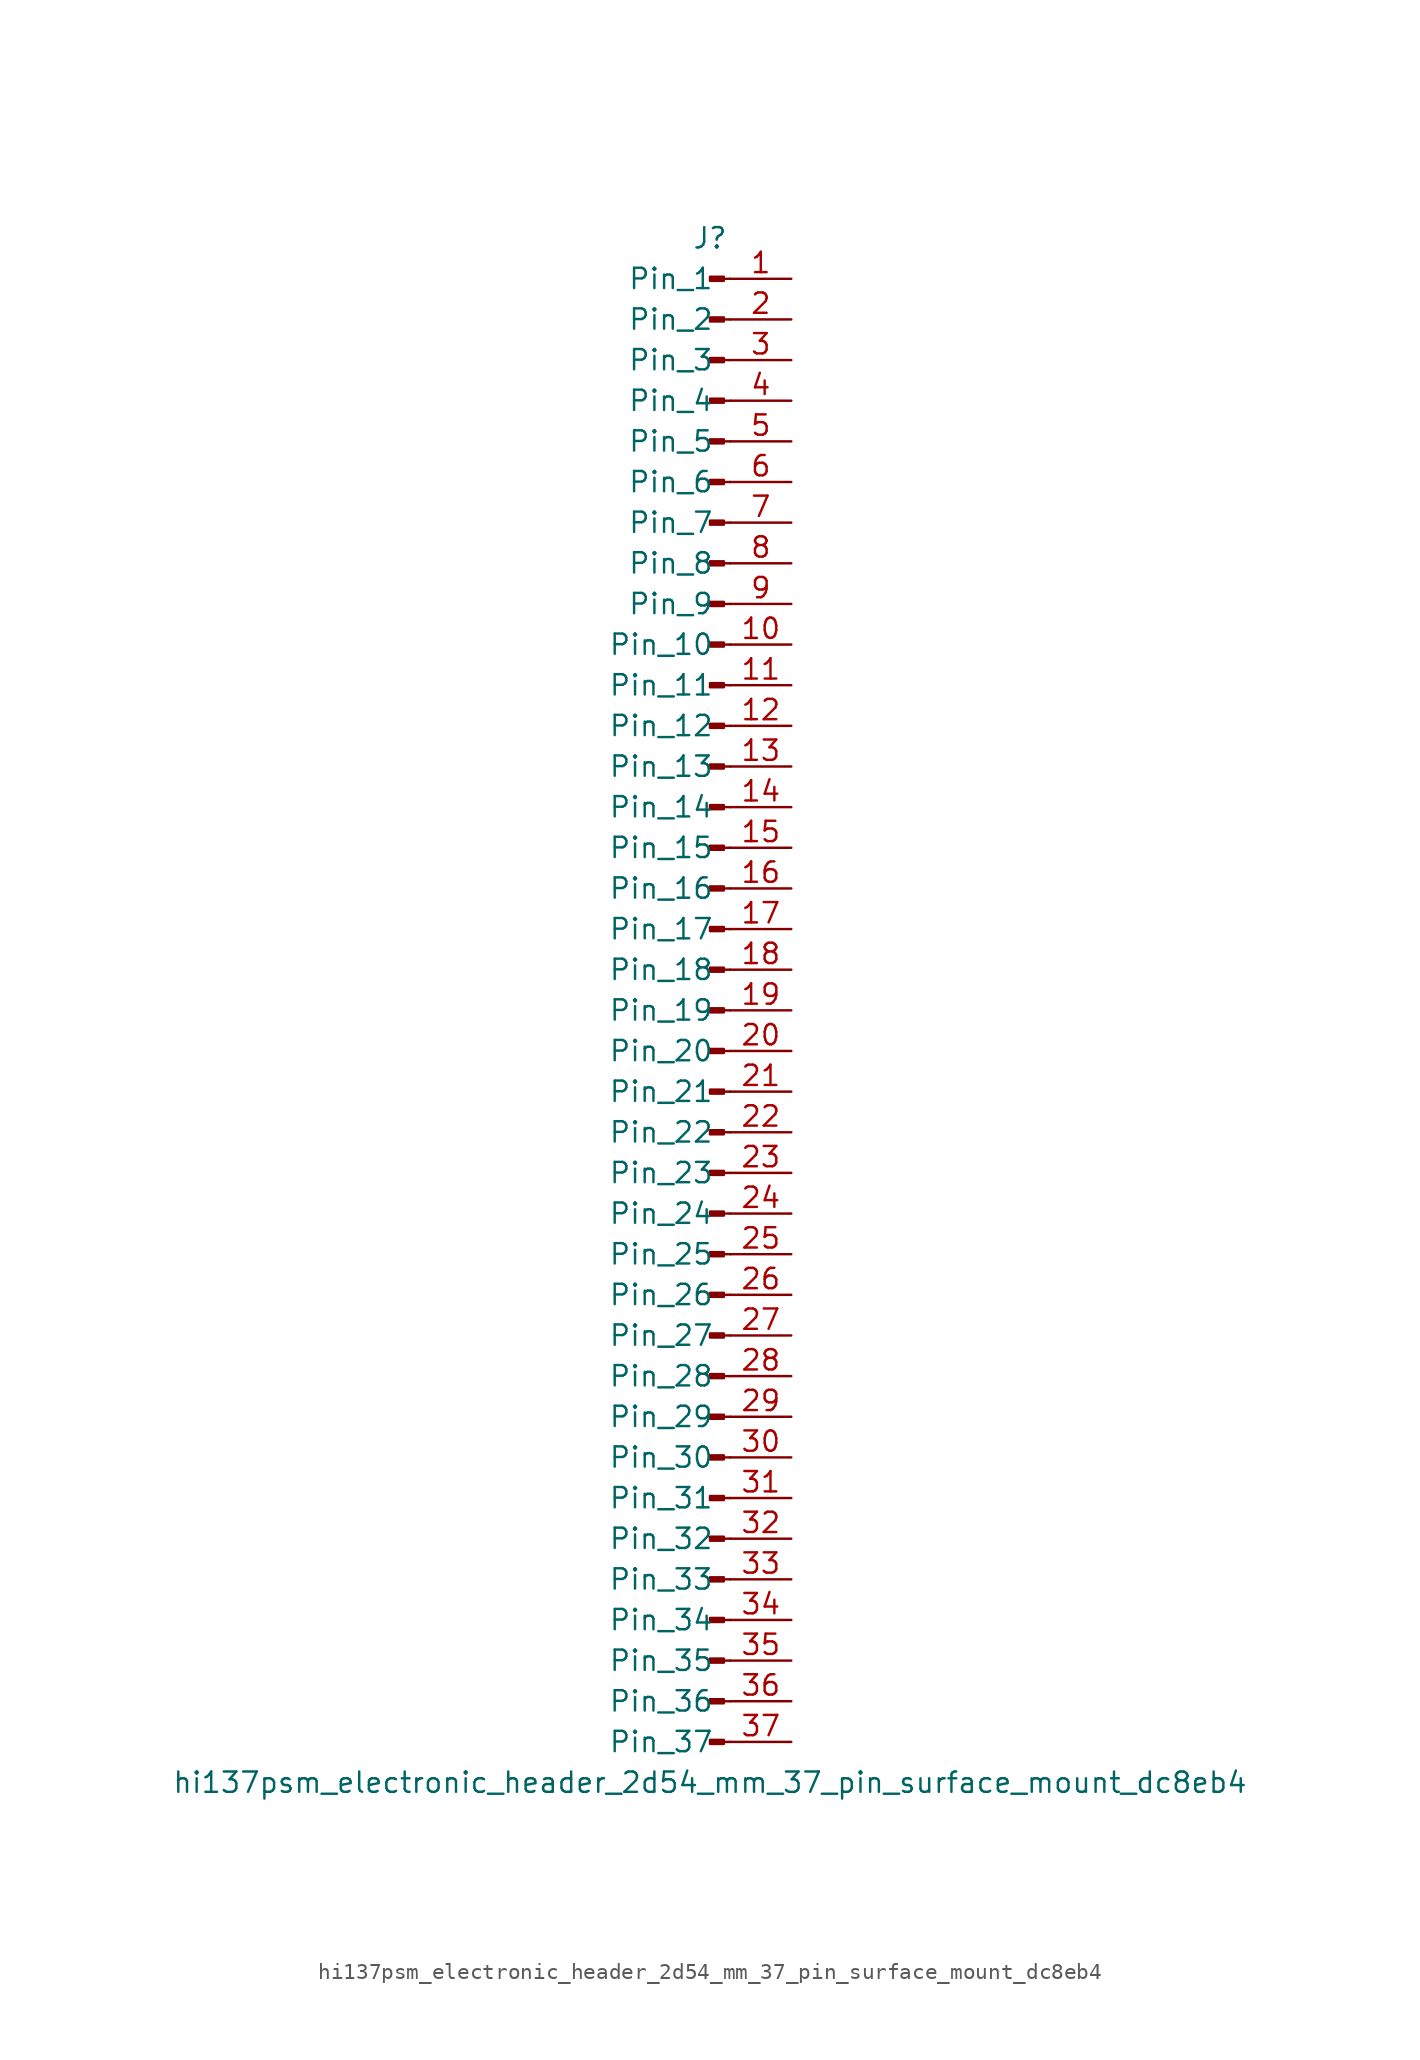
<source format=kicad_sym>
(kicad_symbol_lib
  (version 20220914)
  (generator kicad_symbol_editor)
  (symbol "hi137psm_electronic_header_2d54_mm_37_pin_surface_mount_dc8eb4"
    (pin_names
      (offset 1.016))
    (property "Reference" "J"
      (at 0 48.26 0)
      (effects (font (size 1.27 1.27))))
    (property "Value" "hi137psm_electronic_header_2d54_mm_37_pin_surface_mount_dc8eb4"
      (at 0 -48.26 0)
      (effects (font (size 1.27 1.27))))
    (property "ki_locked" ""
      (at 0 0 0)
      (effects (font (size 1.27 1.27))))
    (symbol "hi137psm_electronic_header_2d54_mm_37_pin_surface_mount_dc8eb4_1_1"
      (polyline (pts (xy 1.27 -45.72) (xy 0.864 -45.72)) (stroke (width 0.152) (type default)) (fill (type none)))
      (polyline (pts (xy 1.27 -43.18) (xy 0.864 -43.18)) (stroke (width 0.152) (type default)) (fill (type none)))
      (polyline (pts (xy 1.27 -40.64) (xy 0.864 -40.64)) (stroke (width 0.152) (type default)) (fill (type none)))
      (polyline (pts (xy 1.27 -38.1) (xy 0.864 -38.1)) (stroke (width 0.152) (type default)) (fill (type none)))
      (polyline (pts (xy 1.27 -35.56) (xy 0.864 -35.56)) (stroke (width 0.152) (type default)) (fill (type none)))
      (polyline (pts (xy 1.27 -33.02) (xy 0.864 -33.02)) (stroke (width 0.152) (type default)) (fill (type none)))
      (polyline (pts (xy 1.27 -30.48) (xy 0.864 -30.48)) (stroke (width 0.152) (type default)) (fill (type none)))
      (polyline (pts (xy 1.27 -27.94) (xy 0.864 -27.94)) (stroke (width 0.152) (type default)) (fill (type none)))
      (polyline (pts (xy 1.27 -25.4) (xy 0.864 -25.4)) (stroke (width 0.152) (type default)) (fill (type none)))
      (polyline (pts (xy 1.27 -22.86) (xy 0.864 -22.86)) (stroke (width 0.152) (type default)) (fill (type none)))
      (polyline (pts (xy 1.27 -20.32) (xy 0.864 -20.32)) (stroke (width 0.152) (type default)) (fill (type none)))
      (polyline (pts (xy 1.27 -17.78) (xy 0.864 -17.78)) (stroke (width 0.152) (type default)) (fill (type none)))
      (polyline (pts (xy 1.27 -15.24) (xy 0.864 -15.24)) (stroke (width 0.152) (type default)) (fill (type none)))
      (polyline (pts (xy 1.27 -12.7) (xy 0.864 -12.7)) (stroke (width 0.152) (type default)) (fill (type none)))
      (polyline (pts (xy 1.27 -10.16) (xy 0.864 -10.16)) (stroke (width 0.152) (type default)) (fill (type none)))
      (polyline (pts (xy 1.27 -7.62) (xy 0.864 -7.62)) (stroke (width 0.152) (type default)) (fill (type none)))
      (polyline (pts (xy 1.27 -5.08) (xy 0.864 -5.08)) (stroke (width 0.152) (type default)) (fill (type none)))
      (polyline (pts (xy 1.27 -2.54) (xy 0.864 -2.54)) (stroke (width 0.152) (type default)) (fill (type none)))
      (polyline (pts (xy 1.27 0) (xy 0.864 0)) (stroke (width 0.152) (type default)) (fill (type none)))
      (polyline (pts (xy 1.27 2.54) (xy 0.864 2.54)) (stroke (width 0.152) (type default)) (fill (type none)))
      (polyline (pts (xy 1.27 5.08) (xy 0.864 5.08)) (stroke (width 0.152) (type default)) (fill (type none)))
      (polyline (pts (xy 1.27 7.62) (xy 0.864 7.62)) (stroke (width 0.152) (type default)) (fill (type none)))
      (polyline (pts (xy 1.27 10.16) (xy 0.864 10.16)) (stroke (width 0.152) (type default)) (fill (type none)))
      (polyline (pts (xy 1.27 12.7) (xy 0.864 12.7)) (stroke (width 0.152) (type default)) (fill (type none)))
      (polyline (pts (xy 1.27 15.24) (xy 0.864 15.24)) (stroke (width 0.152) (type default)) (fill (type none)))
      (polyline (pts (xy 1.27 17.78) (xy 0.864 17.78)) (stroke (width 0.152) (type default)) (fill (type none)))
      (polyline (pts (xy 1.27 20.32) (xy 0.864 20.32)) (stroke (width 0.152) (type default)) (fill (type none)))
      (polyline (pts (xy 1.27 22.86) (xy 0.864 22.86)) (stroke (width 0.152) (type default)) (fill (type none)))
      (polyline (pts (xy 1.27 25.4) (xy 0.864 25.4)) (stroke (width 0.152) (type default)) (fill (type none)))
      (polyline (pts (xy 1.27 27.94) (xy 0.864 27.94)) (stroke (width 0.152) (type default)) (fill (type none)))
      (polyline (pts (xy 1.27 30.48) (xy 0.864 30.48)) (stroke (width 0.152) (type default)) (fill (type none)))
      (polyline (pts (xy 1.27 33.02) (xy 0.864 33.02)) (stroke (width 0.152) (type default)) (fill (type none)))
      (polyline (pts (xy 1.27 35.56) (xy 0.864 35.56)) (stroke (width 0.152) (type default)) (fill (type none)))
      (polyline (pts (xy 1.27 38.1) (xy 0.864 38.1)) (stroke (width 0.152) (type default)) (fill (type none)))
      (polyline (pts (xy 1.27 40.64) (xy 0.864 40.64)) (stroke (width 0.152) (type default)) (fill (type none)))
      (polyline (pts (xy 1.27 43.18) (xy 0.864 43.18)) (stroke (width 0.152) (type default)) (fill (type none)))
      (polyline (pts (xy 1.27 45.72) (xy 0.864 45.72)) (stroke (width 0.152) (type default)) (fill (type none)))
      (rectangle (start 0.864 -45.593) (end 0 -45.847) (stroke (width 0.152) (type default)) (fill (type outline)))
      (rectangle (start 0.864 -43.053) (end 0 -43.307) (stroke (width 0.152) (type default)) (fill (type outline)))
      (rectangle (start 0.864 -40.513) (end 0 -40.767) (stroke (width 0.152) (type default)) (fill (type outline)))
      (rectangle (start 0.864 -37.973) (end 0 -38.227) (stroke (width 0.152) (type default)) (fill (type outline)))
      (rectangle (start 0.864 -35.433) (end 0 -35.687) (stroke (width 0.152) (type default)) (fill (type outline)))
      (rectangle (start 0.864 -32.893) (end 0 -33.147) (stroke (width 0.152) (type default)) (fill (type outline)))
      (rectangle (start 0.864 -30.353) (end 0 -30.607) (stroke (width 0.152) (type default)) (fill (type outline)))
      (rectangle (start 0.864 -27.813) (end 0 -28.067) (stroke (width 0.152) (type default)) (fill (type outline)))
      (rectangle (start 0.864 -25.273) (end 0 -25.527) (stroke (width 0.152) (type default)) (fill (type outline)))
      (rectangle (start 0.864 -22.733) (end 0 -22.987) (stroke (width 0.152) (type default)) (fill (type outline)))
      (rectangle (start 0.864 -20.193) (end 0 -20.447) (stroke (width 0.152) (type default)) (fill (type outline)))
      (rectangle (start 0.864 -17.653) (end 0 -17.907) (stroke (width 0.152) (type default)) (fill (type outline)))
      (rectangle (start 0.864 -15.113) (end 0 -15.367) (stroke (width 0.152) (type default)) (fill (type outline)))
      (rectangle (start 0.864 -12.573) (end 0 -12.827) (stroke (width 0.152) (type default)) (fill (type outline)))
      (rectangle (start 0.864 -10.033) (end 0 -10.287) (stroke (width 0.152) (type default)) (fill (type outline)))
      (rectangle (start 0.864 -7.493) (end 0 -7.747) (stroke (width 0.152) (type default)) (fill (type outline)))
      (rectangle (start 0.864 -4.953) (end 0 -5.207) (stroke (width 0.152) (type default)) (fill (type outline)))
      (rectangle (start 0.864 -2.413) (end 0 -2.667) (stroke (width 0.152) (type default)) (fill (type outline)))
      (rectangle (start 0.864 0.127) (end 0 -0.127) (stroke (width 0.152) (type default)) (fill (type outline)))
      (rectangle (start 0.864 2.667) (end 0 2.413) (stroke (width 0.152) (type default)) (fill (type outline)))
      (rectangle (start 0.864 5.207) (end 0 4.953) (stroke (width 0.152) (type default)) (fill (type outline)))
      (rectangle (start 0.864 7.747) (end 0 7.493) (stroke (width 0.152) (type default)) (fill (type outline)))
      (rectangle (start 0.864 10.287) (end 0 10.033) (stroke (width 0.152) (type default)) (fill (type outline)))
      (rectangle (start 0.864 12.827) (end 0 12.573) (stroke (width 0.152) (type default)) (fill (type outline)))
      (rectangle (start 0.864 15.367) (end 0 15.113) (stroke (width 0.152) (type default)) (fill (type outline)))
      (rectangle (start 0.864 17.907) (end 0 17.653) (stroke (width 0.152) (type default)) (fill (type outline)))
      (rectangle (start 0.864 20.447) (end 0 20.193) (stroke (width 0.152) (type default)) (fill (type outline)))
      (rectangle (start 0.864 22.987) (end 0 22.733) (stroke (width 0.152) (type default)) (fill (type outline)))
      (rectangle (start 0.864 25.527) (end 0 25.273) (stroke (width 0.152) (type default)) (fill (type outline)))
      (rectangle (start 0.864 28.067) (end 0 27.813) (stroke (width 0.152) (type default)) (fill (type outline)))
      (rectangle (start 0.864 30.607) (end 0 30.353) (stroke (width 0.152) (type default)) (fill (type outline)))
      (rectangle (start 0.864 33.147) (end 0 32.893) (stroke (width 0.152) (type default)) (fill (type outline)))
      (rectangle (start 0.864 35.687) (end 0 35.433) (stroke (width 0.152) (type default)) (fill (type outline)))
      (rectangle (start 0.864 38.227) (end 0 37.973) (stroke (width 0.152) (type default)) (fill (type outline)))
      (rectangle (start 0.864 40.767) (end 0 40.513) (stroke (width 0.152) (type default)) (fill (type outline)))
      (rectangle (start 0.864 43.307) (end 0 43.053) (stroke (width 0.152) (type default)) (fill (type outline)))
      (rectangle (start 0.864 45.847) (end 0 45.593) (stroke (width 0.152) (type default)) (fill (type outline)))
      (pin passive line (at 5.08 45.72 180) (length 3.81) (name "Pin_1" (effects (font (size 1.27 1.27)))) (number "1" (effects (font (size 1.27 1.27)))))
      (pin passive line (at 5.08 22.86 180) (length 3.81) (name "Pin_10" (effects (font (size 1.27 1.27)))) (number "10" (effects (font (size 1.27 1.27)))))
      (pin passive line (at 5.08 20.32 180) (length 3.81) (name "Pin_11" (effects (font (size 1.27 1.27)))) (number "11" (effects (font (size 1.27 1.27)))))
      (pin passive line (at 5.08 17.78 180) (length 3.81) (name "Pin_12" (effects (font (size 1.27 1.27)))) (number "12" (effects (font (size 1.27 1.27)))))
      (pin passive line (at 5.08 15.24 180) (length 3.81) (name "Pin_13" (effects (font (size 1.27 1.27)))) (number "13" (effects (font (size 1.27 1.27)))))
      (pin passive line (at 5.08 12.7 180) (length 3.81) (name "Pin_14" (effects (font (size 1.27 1.27)))) (number "14" (effects (font (size 1.27 1.27)))))
      (pin passive line (at 5.08 10.16 180) (length 3.81) (name "Pin_15" (effects (font (size 1.27 1.27)))) (number "15" (effects (font (size 1.27 1.27)))))
      (pin passive line (at 5.08 7.62 180) (length 3.81) (name "Pin_16" (effects (font (size 1.27 1.27)))) (number "16" (effects (font (size 1.27 1.27)))))
      (pin passive line (at 5.08 5.08 180) (length 3.81) (name "Pin_17" (effects (font (size 1.27 1.27)))) (number "17" (effects (font (size 1.27 1.27)))))
      (pin passive line (at 5.08 2.54 180) (length 3.81) (name "Pin_18" (effects (font (size 1.27 1.27)))) (number "18" (effects (font (size 1.27 1.27)))))
      (pin passive line (at 5.08 0 180) (length 3.81) (name "Pin_19" (effects (font (size 1.27 1.27)))) (number "19" (effects (font (size 1.27 1.27)))))
      (pin passive line (at 5.08 43.18 180) (length 3.81) (name "Pin_2" (effects (font (size 1.27 1.27)))) (number "2" (effects (font (size 1.27 1.27)))))
      (pin passive line (at 5.08 -2.54 180) (length 3.81) (name "Pin_20" (effects (font (size 1.27 1.27)))) (number "20" (effects (font (size 1.27 1.27)))))
      (pin passive line (at 5.08 -5.08 180) (length 3.81) (name "Pin_21" (effects (font (size 1.27 1.27)))) (number "21" (effects (font (size 1.27 1.27)))))
      (pin passive line (at 5.08 -7.62 180) (length 3.81) (name "Pin_22" (effects (font (size 1.27 1.27)))) (number "22" (effects (font (size 1.27 1.27)))))
      (pin passive line (at 5.08 -10.16 180) (length 3.81) (name "Pin_23" (effects (font (size 1.27 1.27)))) (number "23" (effects (font (size 1.27 1.27)))))
      (pin passive line (at 5.08 -12.7 180) (length 3.81) (name "Pin_24" (effects (font (size 1.27 1.27)))) (number "24" (effects (font (size 1.27 1.27)))))
      (pin passive line (at 5.08 -15.24 180) (length 3.81) (name "Pin_25" (effects (font (size 1.27 1.27)))) (number "25" (effects (font (size 1.27 1.27)))))
      (pin passive line (at 5.08 -17.78 180) (length 3.81) (name "Pin_26" (effects (font (size 1.27 1.27)))) (number "26" (effects (font (size 1.27 1.27)))))
      (pin passive line (at 5.08 -20.32 180) (length 3.81) (name "Pin_27" (effects (font (size 1.27 1.27)))) (number "27" (effects (font (size 1.27 1.27)))))
      (pin passive line (at 5.08 -22.86 180) (length 3.81) (name "Pin_28" (effects (font (size 1.27 1.27)))) (number "28" (effects (font (size 1.27 1.27)))))
      (pin passive line (at 5.08 -25.4 180) (length 3.81) (name "Pin_29" (effects (font (size 1.27 1.27)))) (number "29" (effects (font (size 1.27 1.27)))))
      (pin passive line (at 5.08 40.64 180) (length 3.81) (name "Pin_3" (effects (font (size 1.27 1.27)))) (number "3" (effects (font (size 1.27 1.27)))))
      (pin passive line (at 5.08 -27.94 180) (length 3.81) (name "Pin_30" (effects (font (size 1.27 1.27)))) (number "30" (effects (font (size 1.27 1.27)))))
      (pin passive line (at 5.08 -30.48 180) (length 3.81) (name "Pin_31" (effects (font (size 1.27 1.27)))) (number "31" (effects (font (size 1.27 1.27)))))
      (pin passive line (at 5.08 -33.02 180) (length 3.81) (name "Pin_32" (effects (font (size 1.27 1.27)))) (number "32" (effects (font (size 1.27 1.27)))))
      (pin passive line (at 5.08 -35.56 180) (length 3.81) (name "Pin_33" (effects (font (size 1.27 1.27)))) (number "33" (effects (font (size 1.27 1.27)))))
      (pin passive line (at 5.08 -38.1 180) (length 3.81) (name "Pin_34" (effects (font (size 1.27 1.27)))) (number "34" (effects (font (size 1.27 1.27)))))
      (pin passive line (at 5.08 -40.64 180) (length 3.81) (name "Pin_35" (effects (font (size 1.27 1.27)))) (number "35" (effects (font (size 1.27 1.27)))))
      (pin passive line (at 5.08 -43.18 180) (length 3.81) (name "Pin_36" (effects (font (size 1.27 1.27)))) (number "36" (effects (font (size 1.27 1.27)))))
      (pin passive line (at 5.08 -45.72 180) (length 3.81) (name "Pin_37" (effects (font (size 1.27 1.27)))) (number "37" (effects (font (size 1.27 1.27)))))
      (pin passive line (at 5.08 38.1 180) (length 3.81) (name "Pin_4" (effects (font (size 1.27 1.27)))) (number "4" (effects (font (size 1.27 1.27)))))
      (pin passive line (at 5.08 35.56 180) (length 3.81) (name "Pin_5" (effects (font (size 1.27 1.27)))) (number "5" (effects (font (size 1.27 1.27)))))
      (pin passive line (at 5.08 33.02 180) (length 3.81) (name "Pin_6" (effects (font (size 1.27 1.27)))) (number "6" (effects (font (size 1.27 1.27)))))
      (pin passive line (at 5.08 30.48 180) (length 3.81) (name "Pin_7" (effects (font (size 1.27 1.27)))) (number "7" (effects (font (size 1.27 1.27)))))
      (pin passive line (at 5.08 27.94 180) (length 3.81) (name "Pin_8" (effects (font (size 1.27 1.27)))) (number "8" (effects (font (size 1.27 1.27)))))
      (pin passive line (at 5.08 25.4 180) (length 3.81) (name "Pin_9" (effects (font (size 1.27 1.27)))) (number "9" (effects (font (size 1.27 1.27))))))))
</source>
